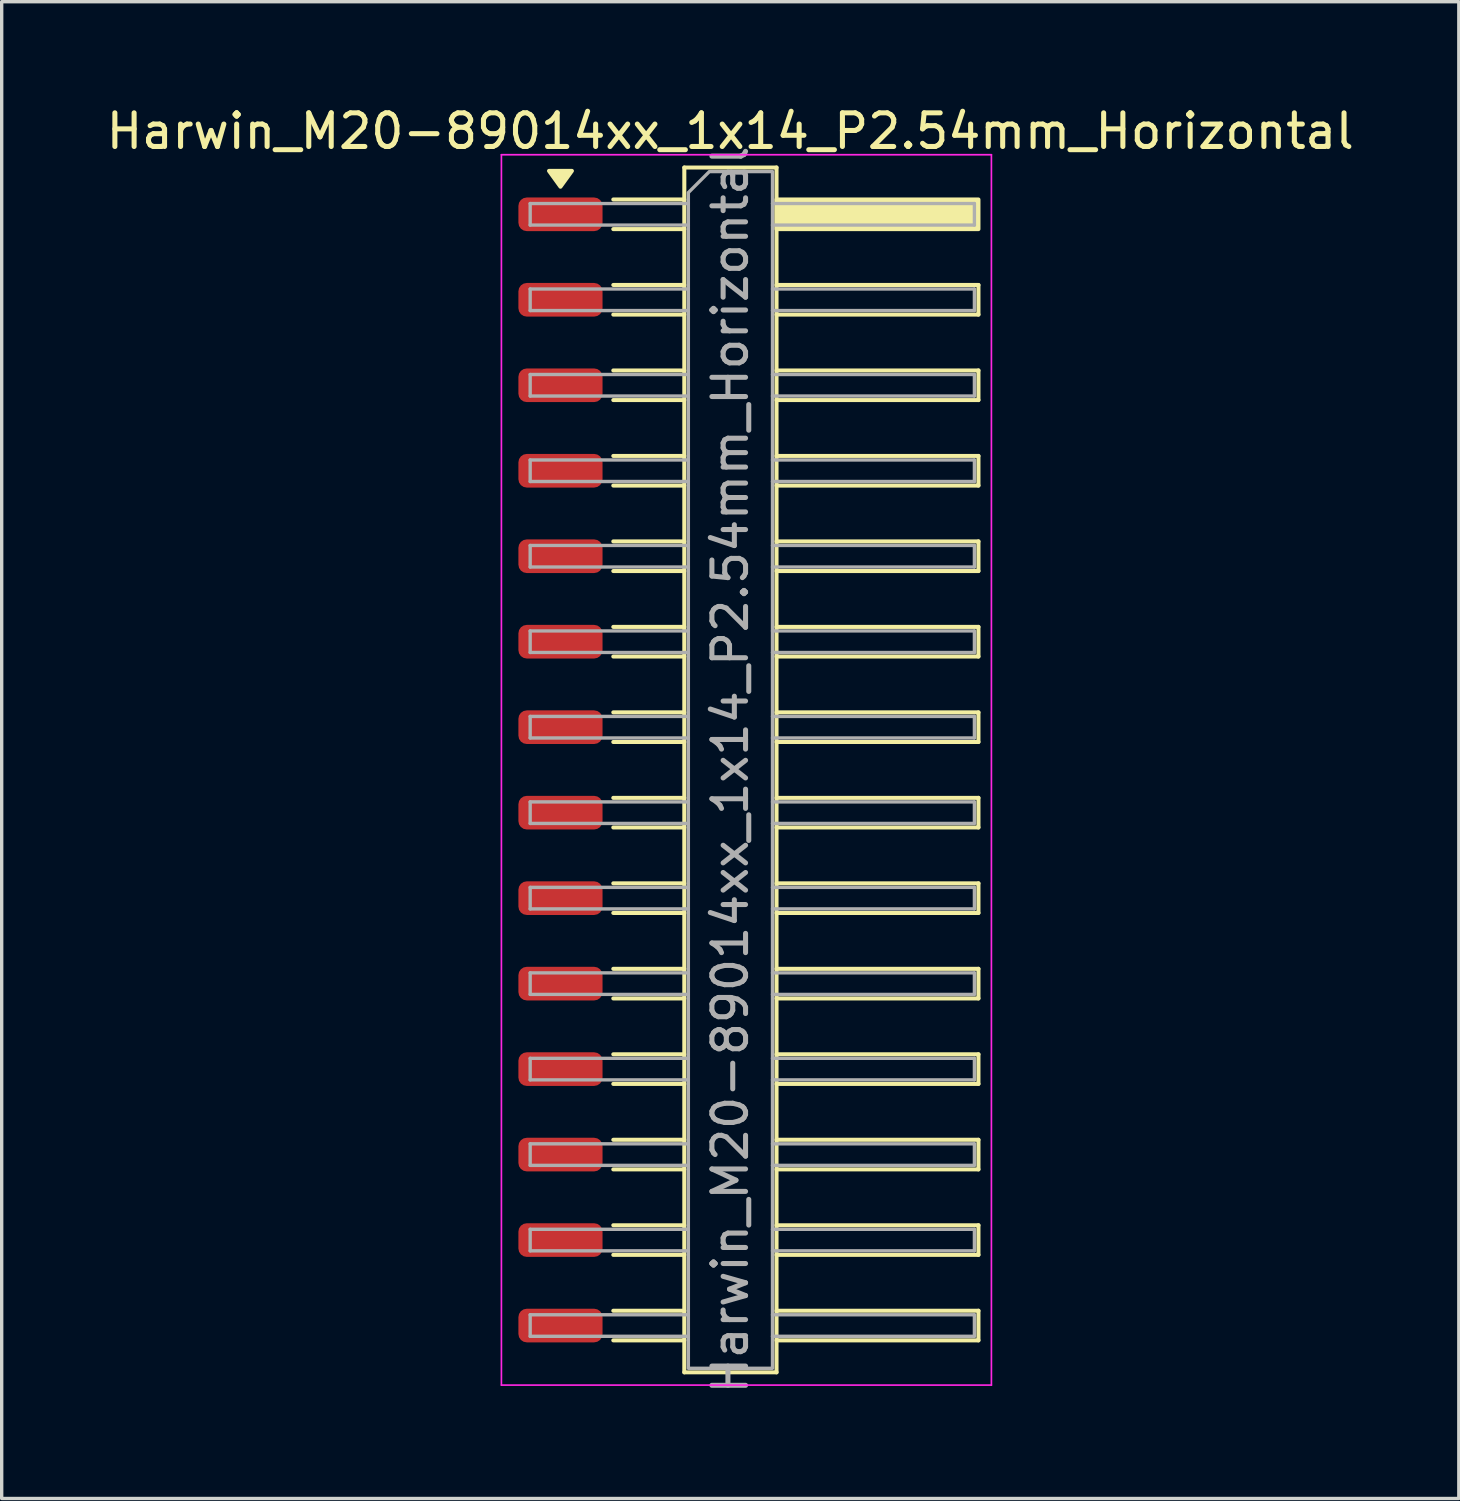
<source format=kicad_pcb>
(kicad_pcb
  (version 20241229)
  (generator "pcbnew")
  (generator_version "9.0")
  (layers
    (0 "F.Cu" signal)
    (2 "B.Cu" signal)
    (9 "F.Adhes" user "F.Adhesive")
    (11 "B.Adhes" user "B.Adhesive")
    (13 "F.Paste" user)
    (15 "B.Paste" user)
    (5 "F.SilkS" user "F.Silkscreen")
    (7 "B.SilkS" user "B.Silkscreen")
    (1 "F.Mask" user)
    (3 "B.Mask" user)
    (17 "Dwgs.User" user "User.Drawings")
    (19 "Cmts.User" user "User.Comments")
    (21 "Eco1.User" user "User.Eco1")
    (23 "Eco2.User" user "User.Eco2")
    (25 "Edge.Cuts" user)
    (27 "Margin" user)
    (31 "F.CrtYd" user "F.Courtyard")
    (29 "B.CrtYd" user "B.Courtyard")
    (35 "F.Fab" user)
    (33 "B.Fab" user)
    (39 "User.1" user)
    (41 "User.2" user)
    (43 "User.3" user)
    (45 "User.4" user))
  (footprint "Harwin_M20-89014xx_1x14_P2.54mm_Horizontal"
    (layer "F.Cu")
    (at 19.129 19.828)
    (property "Reference" "Harwin_M20-89014xx_1x14_P2.54mm_Horizontal" (at -0.48 -18.98 0) (layer "F.SilkS") (effects (font (size 1 1) (thickness 0.15))))
    (attr smd)
    (fp_line (start -3.955 -16.95) (end -1.845 -16.95) (stroke (width 0.12) (type solid)) (layer "F.SilkS"))
    (fp_line (start -3.955 -16.07) (end -1.845 -16.07) (stroke (width 0.12) (type solid)) (layer "F.SilkS"))
    (fp_line (start -3.955 -14.41) (end -1.845 -14.41) (stroke (width 0.12) (type solid)) (layer "F.SilkS"))
    (fp_line (start -3.955 -13.53) (end -1.845 -13.53) (stroke (width 0.12) (type solid)) (layer "F.SilkS"))
    (fp_line (start -3.955 -11.87) (end -1.845 -11.87) (stroke (width 0.12) (type solid)) (layer "F.SilkS"))
    (fp_line (start -3.955 -10.99) (end -1.845 -10.99) (stroke (width 0.12) (type solid)) (layer "F.SilkS"))
    (fp_line (start -3.955 -9.33) (end -1.845 -9.33) (stroke (width 0.12) (type solid)) (layer "F.SilkS"))
    (fp_line (start -3.955 -8.45) (end -1.845 -8.45) (stroke (width 0.12) (type solid)) (layer "F.SilkS"))
    (fp_line (start -3.955 -6.79) (end -1.845 -6.79) (stroke (width 0.12) (type solid)) (layer "F.SilkS"))
    (fp_line (start -3.955 -5.91) (end -1.845 -5.91) (stroke (width 0.12) (type solid)) (layer "F.SilkS"))
    (fp_line (start -3.955 -4.25) (end -1.845 -4.25) (stroke (width 0.12) (type solid)) (layer "F.SilkS"))
    (fp_line (start -3.955 -3.37) (end -1.845 -3.37) (stroke (width 0.12) (type solid)) (layer "F.SilkS"))
    (fp_line (start -3.955 -1.71) (end -1.845 -1.71) (stroke (width 0.12) (type solid)) (layer "F.SilkS"))
    (fp_line (start -3.955 -0.83) (end -1.845 -0.83) (stroke (width 0.12) (type solid)) (layer "F.SilkS"))
    (fp_line (start -3.955 0.83) (end -1.845 0.83) (stroke (width 0.12) (type solid)) (layer "F.SilkS"))
    (fp_line (start -3.955 1.71) (end -1.845 1.71) (stroke (width 0.12) (type solid)) (layer "F.SilkS"))
    (fp_line (start -3.955 3.37) (end -1.845 3.37) (stroke (width 0.12) (type solid)) (layer "F.SilkS"))
    (fp_line (start -3.955 4.25) (end -1.845 4.25) (stroke (width 0.12) (type solid)) (layer "F.SilkS"))
    (fp_line (start -3.955 5.91) (end -1.845 5.91) (stroke (width 0.12) (type solid)) (layer "F.SilkS"))
    (fp_line (start -3.955 6.79) (end -1.845 6.79) (stroke (width 0.12) (type solid)) (layer "F.SilkS"))
    (fp_line (start -3.955 8.45) (end -1.845 8.45) (stroke (width 0.12) (type solid)) (layer "F.SilkS"))
    (fp_line (start -3.955 9.33) (end -1.845 9.33) (stroke (width 0.12) (type solid)) (layer "F.SilkS"))
    (fp_line (start -3.955 10.99) (end -1.845 10.99) (stroke (width 0.12) (type solid)) (layer "F.SilkS"))
    (fp_line (start -3.955 11.87) (end -1.845 11.87) (stroke (width 0.12) (type solid)) (layer "F.SilkS"))
    (fp_line (start -3.955 13.53) (end -1.845 13.53) (stroke (width 0.12) (type solid)) (layer "F.SilkS"))
    (fp_line (start -3.955 14.41) (end -1.845 14.41) (stroke (width 0.12) (type solid)) (layer "F.SilkS"))
    (fp_line (start -3.955 16.07) (end -1.845 16.07) (stroke (width 0.12) (type solid)) (layer "F.SilkS"))
    (fp_line (start -3.955 16.95) (end -1.845 16.95) (stroke (width 0.12) (type solid)) (layer "F.SilkS"))
    (fp_line (start -1.845 -17.9) (end 0.895 -17.9) (stroke (width 0.12) (type solid)) (layer "F.SilkS"))
    (fp_line (start -1.845 17.9) (end -1.845 -17.9) (stroke (width 0.12) (type solid)) (layer "F.SilkS"))
    (fp_line (start 0.895 -17.9) (end 0.895 17.9) (stroke (width 0.12) (type solid)) (layer "F.SilkS"))
    (fp_line (start 0.895 -14.41) (end 6.895 -14.41) (stroke (width 0.12) (type solid)) (layer "F.SilkS"))
    (fp_line (start 0.895 -11.87) (end 6.895 -11.87) (stroke (width 0.12) (type solid)) (layer "F.SilkS"))
    (fp_line (start 0.895 -9.33) (end 6.895 -9.33) (stroke (width 0.12) (type solid)) (layer "F.SilkS"))
    (fp_line (start 0.895 -6.79) (end 6.895 -6.79) (stroke (width 0.12) (type solid)) (layer "F.SilkS"))
    (fp_line (start 0.895 -4.25) (end 6.895 -4.25) (stroke (width 0.12) (type solid)) (layer "F.SilkS"))
    (fp_line (start 0.895 -1.71) (end 6.895 -1.71) (stroke (width 0.12) (type solid)) (layer "F.SilkS"))
    (fp_line (start 0.895 0.83) (end 6.895 0.83) (stroke (width 0.12) (type solid)) (layer "F.SilkS"))
    (fp_line (start 0.895 3.37) (end 6.895 3.37) (stroke (width 0.12) (type solid)) (layer "F.SilkS"))
    (fp_line (start 0.895 5.91) (end 6.895 5.91) (stroke (width 0.12) (type solid)) (layer "F.SilkS"))
    (fp_line (start 0.895 8.45) (end 6.895 8.45) (stroke (width 0.12) (type solid)) (layer "F.SilkS"))
    (fp_line (start 0.895 10.99) (end 6.895 10.99) (stroke (width 0.12) (type solid)) (layer "F.SilkS"))
    (fp_line (start 0.895 13.53) (end 6.895 13.53) (stroke (width 0.12) (type solid)) (layer "F.SilkS"))
    (fp_line (start 0.895 16.07) (end 6.895 16.07) (stroke (width 0.12) (type solid)) (layer "F.SilkS"))
    (fp_line (start 0.895 17.9) (end -1.845 17.9) (stroke (width 0.12) (type solid)) (layer "F.SilkS"))
    (fp_line (start 6.895 -14.41) (end 6.895 -13.53) (stroke (width 0.12) (type solid)) (layer "F.SilkS"))
    (fp_line (start 6.895 -13.53) (end 0.895 -13.53) (stroke (width 0.12) (type solid)) (layer "F.SilkS"))
    (fp_line (start 6.895 -11.87) (end 6.895 -10.99) (stroke (width 0.12) (type solid)) (layer "F.SilkS"))
    (fp_line (start 6.895 -10.99) (end 0.895 -10.99) (stroke (width 0.12) (type solid)) (layer "F.SilkS"))
    (fp_line (start 6.895 -9.33) (end 6.895 -8.45) (stroke (width 0.12) (type solid)) (layer "F.SilkS"))
    (fp_line (start 6.895 -8.45) (end 0.895 -8.45) (stroke (width 0.12) (type solid)) (layer "F.SilkS"))
    (fp_line (start 6.895 -6.79) (end 6.895 -5.91) (stroke (width 0.12) (type solid)) (layer "F.SilkS"))
    (fp_line (start 6.895 -5.91) (end 0.895 -5.91) (stroke (width 0.12) (type solid)) (layer "F.SilkS"))
    (fp_line (start 6.895 -4.25) (end 6.895 -3.37) (stroke (width 0.12) (type solid)) (layer "F.SilkS"))
    (fp_line (start 6.895 -3.37) (end 0.895 -3.37) (stroke (width 0.12) (type solid)) (layer "F.SilkS"))
    (fp_line (start 6.895 -1.71) (end 6.895 -0.83) (stroke (width 0.12) (type solid)) (layer "F.SilkS"))
    (fp_line (start 6.895 -0.83) (end 0.895 -0.83) (stroke (width 0.12) (type solid)) (layer "F.SilkS"))
    (fp_line (start 6.895 0.83) (end 6.895 1.71) (stroke (width 0.12) (type solid)) (layer "F.SilkS"))
    (fp_line (start 6.895 1.71) (end 0.895 1.71) (stroke (width 0.12) (type solid)) (layer "F.SilkS"))
    (fp_line (start 6.895 3.37) (end 6.895 4.25) (stroke (width 0.12) (type solid)) (layer "F.SilkS"))
    (fp_line (start 6.895 4.25) (end 0.895 4.25) (stroke (width 0.12) (type solid)) (layer "F.SilkS"))
    (fp_line (start 6.895 5.91) (end 6.895 6.79) (stroke (width 0.12) (type solid)) (layer "F.SilkS"))
    (fp_line (start 6.895 6.79) (end 0.895 6.79) (stroke (width 0.12) (type solid)) (layer "F.SilkS"))
    (fp_line (start 6.895 8.45) (end 6.895 9.33) (stroke (width 0.12) (type solid)) (layer "F.SilkS"))
    (fp_line (start 6.895 9.33) (end 0.895 9.33) (stroke (width 0.12) (type solid)) (layer "F.SilkS"))
    (fp_line (start 6.895 10.99) (end 6.895 11.87) (stroke (width 0.12) (type solid)) (layer "F.SilkS"))
    (fp_line (start 6.895 11.87) (end 0.895 11.87) (stroke (width 0.12) (type solid)) (layer "F.SilkS"))
    (fp_line (start 6.895 13.53) (end 6.895 14.41) (stroke (width 0.12) (type solid)) (layer "F.SilkS"))
    (fp_line (start 6.895 14.41) (end 0.895 14.41) (stroke (width 0.12) (type solid)) (layer "F.SilkS"))
    (fp_line (start 6.895 16.07) (end 6.895 16.95) (stroke (width 0.12) (type solid)) (layer "F.SilkS"))
    (fp_line (start 6.895 16.95) (end 0.895 16.95) (stroke (width 0.12) (type solid)) (layer "F.SilkS"))
    (fp_rect (start 0.895 -16.95) (end 6.895 -16.07) (stroke (width 0.12) (type solid)) (fill yes) (layer "F.SilkS"))
    (fp_poly (pts (xy -5.525 -17.33) (xy -5.865 -17.8) (xy -5.185 -17.8)) (stroke (width 0.12) (type solid)) (fill yes) (layer "F.SilkS"))
    (fp_line (start -7.28 -18.28) (end 7.28 -18.28) (stroke (width 0.05) (type solid)) (layer "F.CrtYd"))
    (fp_line (start -7.28 18.28) (end -7.28 -18.28) (stroke (width 0.05) (type solid)) (layer "F.CrtYd"))
    (fp_line (start 7.28 -18.28) (end 7.28 18.28) (stroke (width 0.05) (type solid)) (layer "F.CrtYd"))
    (fp_line (start 7.28 18.28) (end -7.28 18.28) (stroke (width 0.05) (type solid)) (layer "F.CrtYd"))
    (fp_line (start -6.425 -16.83) (end -6.425 -16.19) (stroke (width 0.1) (type solid)) (layer "F.Fab"))
    (fp_line (start -6.425 -16.19) (end -1.725 -16.19) (stroke (width 0.1) (type solid)) (layer "F.Fab"))
    (fp_line (start -6.425 -14.29) (end -6.425 -13.65) (stroke (width 0.1) (type solid)) (layer "F.Fab"))
    (fp_line (start -6.425 -13.65) (end -1.725 -13.65) (stroke (width 0.1) (type solid)) (layer "F.Fab"))
    (fp_line (start -6.425 -11.75) (end -6.425 -11.11) (stroke (width 0.1) (type solid)) (layer "F.Fab"))
    (fp_line (start -6.425 -11.11) (end -1.725 -11.11) (stroke (width 0.1) (type solid)) (layer "F.Fab"))
    (fp_line (start -6.425 -9.21) (end -6.425 -8.57) (stroke (width 0.1) (type solid)) (layer "F.Fab"))
    (fp_line (start -6.425 -8.57) (end -1.725 -8.57) (stroke (width 0.1) (type solid)) (layer "F.Fab"))
    (fp_line (start -6.425 -6.67) (end -6.425 -6.03) (stroke (width 0.1) (type solid)) (layer "F.Fab"))
    (fp_line (start -6.425 -6.03) (end -1.725 -6.03) (stroke (width 0.1) (type solid)) (layer "F.Fab"))
    (fp_line (start -6.425 -4.13) (end -6.425 -3.49) (stroke (width 0.1) (type solid)) (layer "F.Fab"))
    (fp_line (start -6.425 -3.49) (end -1.725 -3.49) (stroke (width 0.1) (type solid)) (layer "F.Fab"))
    (fp_line (start -6.425 -1.59) (end -6.425 -0.95) (stroke (width 0.1) (type solid)) (layer "F.Fab"))
    (fp_line (start -6.425 -0.95) (end -1.725 -0.95) (stroke (width 0.1) (type solid)) (layer "F.Fab"))
    (fp_line (start -6.425 0.95) (end -6.425 1.59) (stroke (width 0.1) (type solid)) (layer "F.Fab"))
    (fp_line (start -6.425 1.59) (end -1.725 1.59) (stroke (width 0.1) (type solid)) (layer "F.Fab"))
    (fp_line (start -6.425 3.49) (end -6.425 4.13) (stroke (width 0.1) (type solid)) (layer "F.Fab"))
    (fp_line (start -6.425 4.13) (end -1.725 4.13) (stroke (width 0.1) (type solid)) (layer "F.Fab"))
    (fp_line (start -6.425 6.03) (end -6.425 6.67) (stroke (width 0.1) (type solid)) (layer "F.Fab"))
    (fp_line (start -6.425 6.67) (end -1.725 6.67) (stroke (width 0.1) (type solid)) (layer "F.Fab"))
    (fp_line (start -6.425 8.57) (end -6.425 9.21) (stroke (width 0.1) (type solid)) (layer "F.Fab"))
    (fp_line (start -6.425 9.21) (end -1.725 9.21) (stroke (width 0.1) (type solid)) (layer "F.Fab"))
    (fp_line (start -6.425 11.11) (end -6.425 11.75) (stroke (width 0.1) (type solid)) (layer "F.Fab"))
    (fp_line (start -6.425 11.75) (end -1.725 11.75) (stroke (width 0.1) (type solid)) (layer "F.Fab"))
    (fp_line (start -6.425 13.65) (end -6.425 14.29) (stroke (width 0.1) (type solid)) (layer "F.Fab"))
    (fp_line (start -6.425 14.29) (end -1.725 14.29) (stroke (width 0.1) (type solid)) (layer "F.Fab"))
    (fp_line (start -6.425 16.19) (end -6.425 16.83) (stroke (width 0.1) (type solid)) (layer "F.Fab"))
    (fp_line (start -6.425 16.83) (end -1.725 16.83) (stroke (width 0.1) (type solid)) (layer "F.Fab"))
    (fp_line (start -1.725 -16.83) (end -6.425 -16.83) (stroke (width 0.1) (type solid)) (layer "F.Fab"))
    (fp_line (start -1.725 -14.29) (end -6.425 -14.29) (stroke (width 0.1) (type solid)) (layer "F.Fab"))
    (fp_line (start -1.725 -11.75) (end -6.425 -11.75) (stroke (width 0.1) (type solid)) (layer "F.Fab"))
    (fp_line (start -1.725 -9.21) (end -6.425 -9.21) (stroke (width 0.1) (type solid)) (layer "F.Fab"))
    (fp_line (start -1.725 -6.67) (end -6.425 -6.67) (stroke (width 0.1) (type solid)) (layer "F.Fab"))
    (fp_line (start -1.725 -4.13) (end -6.425 -4.13) (stroke (width 0.1) (type solid)) (layer "F.Fab"))
    (fp_line (start -1.725 -1.59) (end -6.425 -1.59) (stroke (width 0.1) (type solid)) (layer "F.Fab"))
    (fp_line (start -1.725 0.95) (end -6.425 0.95) (stroke (width 0.1) (type solid)) (layer "F.Fab"))
    (fp_line (start -1.725 3.49) (end -6.425 3.49) (stroke (width 0.1) (type solid)) (layer "F.Fab"))
    (fp_line (start -1.725 6.03) (end -6.425 6.03) (stroke (width 0.1) (type solid)) (layer "F.Fab"))
    (fp_line (start -1.725 8.57) (end -6.425 8.57) (stroke (width 0.1) (type solid)) (layer "F.Fab"))
    (fp_line (start -1.725 11.11) (end -6.425 11.11) (stroke (width 0.1) (type solid)) (layer "F.Fab"))
    (fp_line (start -1.725 13.65) (end -6.425 13.65) (stroke (width 0.1) (type solid)) (layer "F.Fab"))
    (fp_line (start -1.725 16.19) (end -6.425 16.19) (stroke (width 0.1) (type solid)) (layer "F.Fab"))
    (fp_line (start 0.775 -16.83) (end 6.775 -16.83) (stroke (width 0.1) (type solid)) (layer "F.Fab"))
    (fp_line (start 0.775 -14.29) (end 6.775 -14.29) (stroke (width 0.1) (type solid)) (layer "F.Fab"))
    (fp_line (start 0.775 -11.75) (end 6.775 -11.75) (stroke (width 0.1) (type solid)) (layer "F.Fab"))
    (fp_line (start 0.775 -9.21) (end 6.775 -9.21) (stroke (width 0.1) (type solid)) (layer "F.Fab"))
    (fp_line (start 0.775 -6.67) (end 6.775 -6.67) (stroke (width 0.1) (type solid)) (layer "F.Fab"))
    (fp_line (start 0.775 -4.13) (end 6.775 -4.13) (stroke (width 0.1) (type solid)) (layer "F.Fab"))
    (fp_line (start 0.775 -1.59) (end 6.775 -1.59) (stroke (width 0.1) (type solid)) (layer "F.Fab"))
    (fp_line (start 0.775 0.95) (end 6.775 0.95) (stroke (width 0.1) (type solid)) (layer "F.Fab"))
    (fp_line (start 0.775 3.49) (end 6.775 3.49) (stroke (width 0.1) (type solid)) (layer "F.Fab"))
    (fp_line (start 0.775 6.03) (end 6.775 6.03) (stroke (width 0.1) (type solid)) (layer "F.Fab"))
    (fp_line (start 0.775 8.57) (end 6.775 8.57) (stroke (width 0.1) (type solid)) (layer "F.Fab"))
    (fp_line (start 0.775 11.11) (end 6.775 11.11) (stroke (width 0.1) (type solid)) (layer "F.Fab"))
    (fp_line (start 0.775 13.65) (end 6.775 13.65) (stroke (width 0.1) (type solid)) (layer "F.Fab"))
    (fp_line (start 0.775 16.19) (end 6.775 16.19) (stroke (width 0.1) (type solid)) (layer "F.Fab"))
    (fp_line (start 6.775 -16.83) (end 6.775 -16.19) (stroke (width 0.1) (type solid)) (layer "F.Fab"))
    (fp_line (start 6.775 -16.19) (end 0.775 -16.19) (stroke (width 0.1) (type solid)) (layer "F.Fab"))
    (fp_line (start 6.775 -14.29) (end 6.775 -13.65) (stroke (width 0.1) (type solid)) (layer "F.Fab"))
    (fp_line (start 6.775 -13.65) (end 0.775 -13.65) (stroke (width 0.1) (type solid)) (layer "F.Fab"))
    (fp_line (start 6.775 -11.75) (end 6.775 -11.11) (stroke (width 0.1) (type solid)) (layer "F.Fab"))
    (fp_line (start 6.775 -11.11) (end 0.775 -11.11) (stroke (width 0.1) (type solid)) (layer "F.Fab"))
    (fp_line (start 6.775 -9.21) (end 6.775 -8.57) (stroke (width 0.1) (type solid)) (layer "F.Fab"))
    (fp_line (start 6.775 -8.57) (end 0.775 -8.57) (stroke (width 0.1) (type solid)) (layer "F.Fab"))
    (fp_line (start 6.775 -6.67) (end 6.775 -6.03) (stroke (width 0.1) (type solid)) (layer "F.Fab"))
    (fp_line (start 6.775 -6.03) (end 0.775 -6.03) (stroke (width 0.1) (type solid)) (layer "F.Fab"))
    (fp_line (start 6.775 -4.13) (end 6.775 -3.49) (stroke (width 0.1) (type solid)) (layer "F.Fab"))
    (fp_line (start 6.775 -3.49) (end 0.775 -3.49) (stroke (width 0.1) (type solid)) (layer "F.Fab"))
    (fp_line (start 6.775 -1.59) (end 6.775 -0.95) (stroke (width 0.1) (type solid)) (layer "F.Fab"))
    (fp_line (start 6.775 -0.95) (end 0.775 -0.95) (stroke (width 0.1) (type solid)) (layer "F.Fab"))
    (fp_line (start 6.775 0.95) (end 6.775 1.59) (stroke (width 0.1) (type solid)) (layer "F.Fab"))
    (fp_line (start 6.775 1.59) (end 0.775 1.59) (stroke (width 0.1) (type solid)) (layer "F.Fab"))
    (fp_line (start 6.775 3.49) (end 6.775 4.13) (stroke (width 0.1) (type solid)) (layer "F.Fab"))
    (fp_line (start 6.775 4.13) (end 0.775 4.13) (stroke (width 0.1) (type solid)) (layer "F.Fab"))
    (fp_line (start 6.775 6.03) (end 6.775 6.67) (stroke (width 0.1) (type solid)) (layer "F.Fab"))
    (fp_line (start 6.775 6.67) (end 0.775 6.67) (stroke (width 0.1) (type solid)) (layer "F.Fab"))
    (fp_line (start 6.775 8.57) (end 6.775 9.21) (stroke (width 0.1) (type solid)) (layer "F.Fab"))
    (fp_line (start 6.775 9.21) (end 0.775 9.21) (stroke (width 0.1) (type solid)) (layer "F.Fab"))
    (fp_line (start 6.775 11.11) (end 6.775 11.75) (stroke (width 0.1) (type solid)) (layer "F.Fab"))
    (fp_line (start 6.775 11.75) (end 0.775 11.75) (stroke (width 0.1) (type solid)) (layer "F.Fab"))
    (fp_line (start 6.775 13.65) (end 6.775 14.29) (stroke (width 0.1) (type solid)) (layer "F.Fab"))
    (fp_line (start 6.775 14.29) (end 0.775 14.29) (stroke (width 0.1) (type solid)) (layer "F.Fab"))
    (fp_line (start 6.775 16.19) (end 6.775 16.83) (stroke (width 0.1) (type solid)) (layer "F.Fab"))
    (fp_line (start 6.775 16.83) (end 0.775 16.83) (stroke (width 0.1) (type solid)) (layer "F.Fab"))
    (fp_poly (pts (xy -1.725 -17.155) (xy -1.725 17.78) (xy 0.775 17.78) (xy 0.775 -17.78) (xy -1.1 -17.78)) (stroke (width 0.1) (type solid)) (fill no) (layer "F.Fab"))
    (fp_text user "${REFERENCE}" (at -0.48 0 90) (layer "F.Fab") (effects (font (size 1 1) (thickness 0.15))))
    (pad "1" smd roundrect (at -5.525 -16.51) (size 2.5 1) (layers "F.Cu" "F.Mask" "F.Paste") (roundrect_rratio 0.25))
    (pad "2" smd roundrect (at -5.525 -13.97) (size 2.5 1) (layers "F.Cu" "F.Mask" "F.Paste") (roundrect_rratio 0.25))
    (pad "3" smd roundrect (at -5.525 -11.43) (size 2.5 1) (layers "F.Cu" "F.Mask" "F.Paste") (roundrect_rratio 0.25))
    (pad "4" smd roundrect (at -5.525 -8.89) (size 2.5 1) (layers "F.Cu" "F.Mask" "F.Paste") (roundrect_rratio 0.25))
    (pad "5" smd roundrect (at -5.525 -6.35) (size 2.5 1) (layers "F.Cu" "F.Mask" "F.Paste") (roundrect_rratio 0.25))
    (pad "6" smd roundrect (at -5.525 -3.81) (size 2.5 1) (layers "F.Cu" "F.Mask" "F.Paste") (roundrect_rratio 0.25))
    (pad "7" smd roundrect (at -5.525 -1.27) (size 2.5 1) (layers "F.Cu" "F.Mask" "F.Paste") (roundrect_rratio 0.25))
    (pad "8" smd roundrect (at -5.525 1.27) (size 2.5 1) (layers "F.Cu" "F.Mask" "F.Paste") (roundrect_rratio 0.25))
    (pad "9" smd roundrect (at -5.525 3.81) (size 2.5 1) (layers "F.Cu" "F.Mask" "F.Paste") (roundrect_rratio 0.25))
    (pad "10" smd roundrect (at -5.525 6.35) (size 2.5 1) (layers "F.Cu" "F.Mask" "F.Paste") (roundrect_rratio 0.25))
    (pad "11" smd roundrect (at -5.525 8.89) (size 2.5 1) (layers "F.Cu" "F.Mask" "F.Paste") (roundrect_rratio 0.25))
    (pad "12" smd roundrect (at -5.525 11.43) (size 2.5 1) (layers "F.Cu" "F.Mask" "F.Paste") (roundrect_rratio 0.25))
    (pad "13" smd roundrect (at -5.525 13.97) (size 2.5 1) (layers "F.Cu" "F.Mask" "F.Paste") (roundrect_rratio 0.25))
    (pad "14" smd roundrect (at -5.525 16.51) (size 2.5 1) (layers "F.Cu" "F.Mask" "F.Paste") (roundrect_rratio 0.25)))
  (gr_rect
    (start -3 -3)
    (end 40.298 41.477)
    (stroke (width 0.1) (type default))
    (fill no)
    (layer "Edge.Cuts")))
</source>
